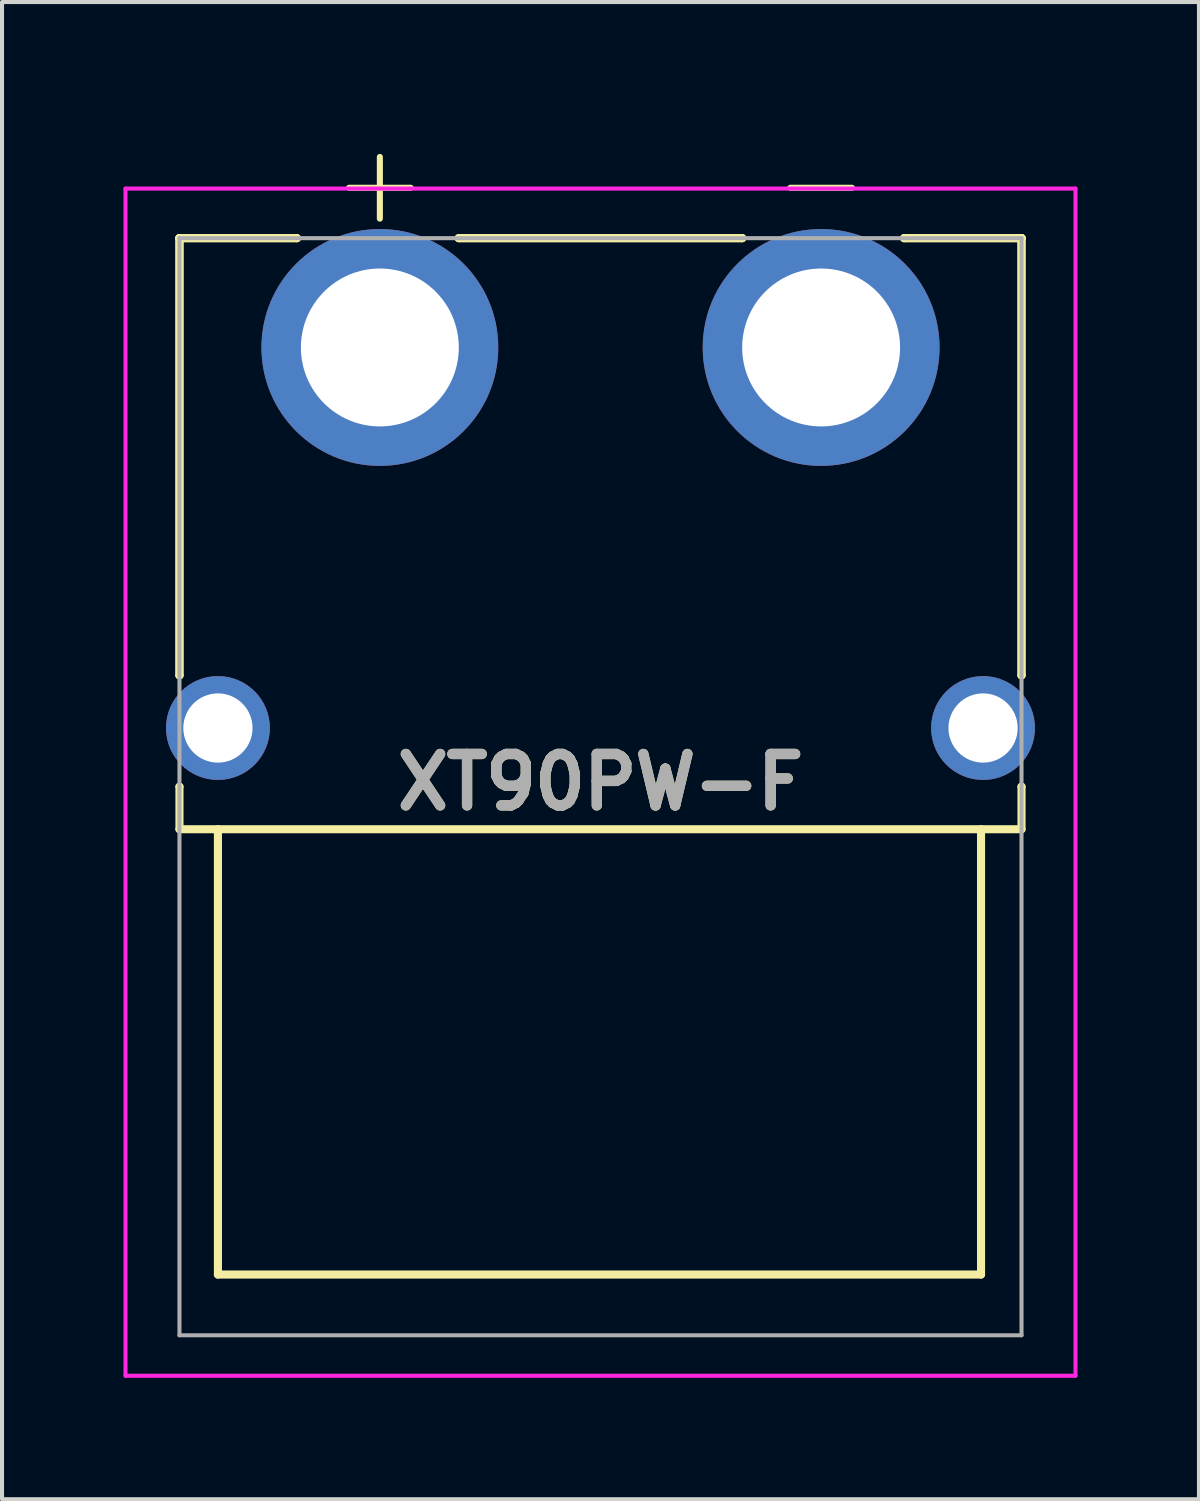
<source format=kicad_pcb>
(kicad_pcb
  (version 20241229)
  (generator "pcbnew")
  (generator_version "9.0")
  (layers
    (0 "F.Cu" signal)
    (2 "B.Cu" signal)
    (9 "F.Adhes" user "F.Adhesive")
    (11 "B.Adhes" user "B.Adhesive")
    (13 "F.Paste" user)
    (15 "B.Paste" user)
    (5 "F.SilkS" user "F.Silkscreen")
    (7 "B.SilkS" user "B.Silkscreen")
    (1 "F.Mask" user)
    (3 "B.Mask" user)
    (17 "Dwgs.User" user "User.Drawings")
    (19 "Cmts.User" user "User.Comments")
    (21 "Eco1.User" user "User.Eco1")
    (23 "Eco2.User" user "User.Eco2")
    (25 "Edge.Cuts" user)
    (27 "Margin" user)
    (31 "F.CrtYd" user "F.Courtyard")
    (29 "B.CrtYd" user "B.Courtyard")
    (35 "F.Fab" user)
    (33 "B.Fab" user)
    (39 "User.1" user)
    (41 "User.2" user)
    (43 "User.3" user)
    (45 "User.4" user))
  (footprint "XT90PW-F"
    (layer "F.Cu")
    (at 6.333 5.533)
    (property "Reference" "XT90PW-F" (at 5.45 10.737 0) (layer "F.SilkS") (effects (font (size 1.27 1.27) (thickness 0.254))))
    (attr through_hole)
    (fp_line (start -4.95 -2.7) (end -4.95 -2.7) (stroke (width 0.2) (type solid)) (layer "F.SilkS"))
    (fp_line (start -4.95 -2.7) (end -4.95 -2.7) (stroke (width 0.2) (type solid)) (layer "F.SilkS"))
    (fp_line (start -4.95 -2.7) (end -4.95 8.1) (stroke (width 0.2) (type solid)) (layer "F.SilkS"))
    (fp_line (start -4.95 -2.7) (end -2.05 -2.7) (stroke (width 0.2) (type solid)) (layer "F.SilkS"))
    (fp_line (start -4.95 8.1) (end -4.95 -2.7) (stroke (width 0.2) (type solid)) (layer "F.SilkS"))
    (fp_line (start -4.95 8.1) (end -4.95 8.1) (stroke (width 0.2) (type solid)) (layer "F.SilkS"))
    (fp_line (start -4.95 10.85) (end -4.95 10.85) (stroke (width 0.2) (type solid)) (layer "F.SilkS"))
    (fp_line (start -4.95 11.9) (end -4.95 10.85) (stroke (width 0.2) (type solid)) (layer "F.SilkS"))
    (fp_line (start -4 11.9) (end -4 22.9) (stroke (width 0.2) (type solid)) (layer "F.SilkS"))
    (fp_line (start -2.05 -2.7) (end -4.95 -2.7) (stroke (width 0.2) (type solid)) (layer "F.SilkS"))
    (fp_line (start -2.05 -2.7) (end -2.05 -2.7) (stroke (width 0.2) (type solid)) (layer "F.SilkS"))
    (fp_line (start 1.95 -2.7) (end 1.95 -2.7) (stroke (width 0.2) (type solid)) (layer "F.SilkS"))
    (fp_line (start 1.95 -2.7) (end 8.95 -2.7) (stroke (width 0.2) (type solid)) (layer "F.SilkS"))
    (fp_line (start 8.95 -2.7) (end 1.95 -2.7) (stroke (width 0.2) (type solid)) (layer "F.SilkS"))
    (fp_line (start 8.95 -2.7) (end 8.95 -2.7) (stroke (width 0.2) (type solid)) (layer "F.SilkS"))
    (fp_line (start 12.95 -2.7) (end 12.95 -2.7) (stroke (width 0.2) (type solid)) (layer "F.SilkS"))
    (fp_line (start 12.95 -2.7) (end 15.85 -2.7) (stroke (width 0.2) (type solid)) (layer "F.SilkS"))
    (fp_line (start 14.85 11.9) (end 14.85 22.9) (stroke (width 0.2) (type solid)) (layer "F.SilkS"))
    (fp_line (start 14.85 22.9) (end -4 22.9) (stroke (width 0.2) (type solid)) (layer "F.SilkS"))
    (fp_line (start 15.85 -2.7) (end 12.95 -2.7) (stroke (width 0.2) (type solid)) (layer "F.SilkS"))
    (fp_line (start 15.85 -2.7) (end 15.85 -2.7) (stroke (width 0.2) (type solid)) (layer "F.SilkS"))
    (fp_line (start 15.85 -2.7) (end 15.85 -2.7) (stroke (width 0.2) (type solid)) (layer "F.SilkS"))
    (fp_line (start 15.85 -2.7) (end 15.85 8.1) (stroke (width 0.2) (type solid)) (layer "F.SilkS"))
    (fp_line (start 15.85 8.1) (end 15.85 -2.7) (stroke (width 0.2) (type solid)) (layer "F.SilkS"))
    (fp_line (start 15.85 8.1) (end 15.85 8.1) (stroke (width 0.2) (type solid)) (layer "F.SilkS"))
    (fp_line (start 15.85 10.85) (end 15.85 10.85) (stroke (width 0.2) (type solid)) (layer "F.SilkS"))
    (fp_line (start 15.85 10.85) (end 15.85 11.9) (stroke (width 0.2) (type solid)) (layer "F.SilkS"))
    (fp_line (start 15.85 11.9) (end -4.95 11.9) (stroke (width 0.2) (type solid)) (layer "F.SilkS"))
    (fp_line (start -6.283 -3.925) (end 17.183 -3.925) (stroke (width 0.1) (type solid)) (layer "F.CrtYd"))
    (fp_line (start -6.283 25.4) (end -6.283 -3.925) (stroke (width 0.1) (type solid)) (layer "F.CrtYd"))
    (fp_line (start 17.183 -3.925) (end 17.183 25.4) (stroke (width 0.1) (type solid)) (layer "F.CrtYd"))
    (fp_line (start 17.183 25.4) (end -6.283 25.4) (stroke (width 0.1) (type solid)) (layer "F.CrtYd"))
    (fp_line (start -4.95 -2.7) (end -4.95 24.4) (stroke (width 0.1) (type solid)) (layer "F.Fab"))
    (fp_line (start -4.95 24.4) (end 15.85 24.4) (stroke (width 0.1) (type solid)) (layer "F.Fab"))
    (fp_line (start 15.85 -2.7) (end -4.95 -2.7) (stroke (width 0.1) (type solid)) (layer "F.Fab"))
    (fp_line (start 15.85 24.4) (end 15.85 -2.7) (stroke (width 0.1) (type solid)) (layer "F.Fab"))
    (fp_text user "-" (at 10.9 -4.1 0) (unlocked yes) (layer "F.SilkS") (effects (font (size 2 2) (thickness 0.15))))
    (fp_text user "+" (at 0 -4.1 0) (unlocked yes) (layer "F.SilkS") (effects (font (size 2 2) (thickness 0.15))))
    (fp_text user "${REFERENCE}" (at 5.45 10.737 0) (layer "F.Fab") (effects (font (size 1.27 1.27) (thickness 0.254))))
    (pad "1" thru_hole circle (at 10.9 0) (size 5.85 5.85) (drill 3.9) (layers "*.Cu" "*.Mask"))
    (pad "2" thru_hole circle (at 0 0) (size 5.85 5.85) (drill 3.9) (layers "*.Cu" "*.Mask"))
    (pad "MH1" thru_hole circle (at -4 9.4) (size 2.565 2.565) (drill 1.71) (layers "*.Cu" "*.Mask"))
    (pad "MH2" thru_hole circle (at 14.9 9.4) (size 2.565 2.565) (drill 1.71) (layers "*.Cu" "*.Mask")))
  (gr_rect
    (start -3 -3)
    (end 26.566 33.983)
    (stroke (width 0.1) (type default))
    (fill no)
    (layer "Edge.Cuts")))
</source>
